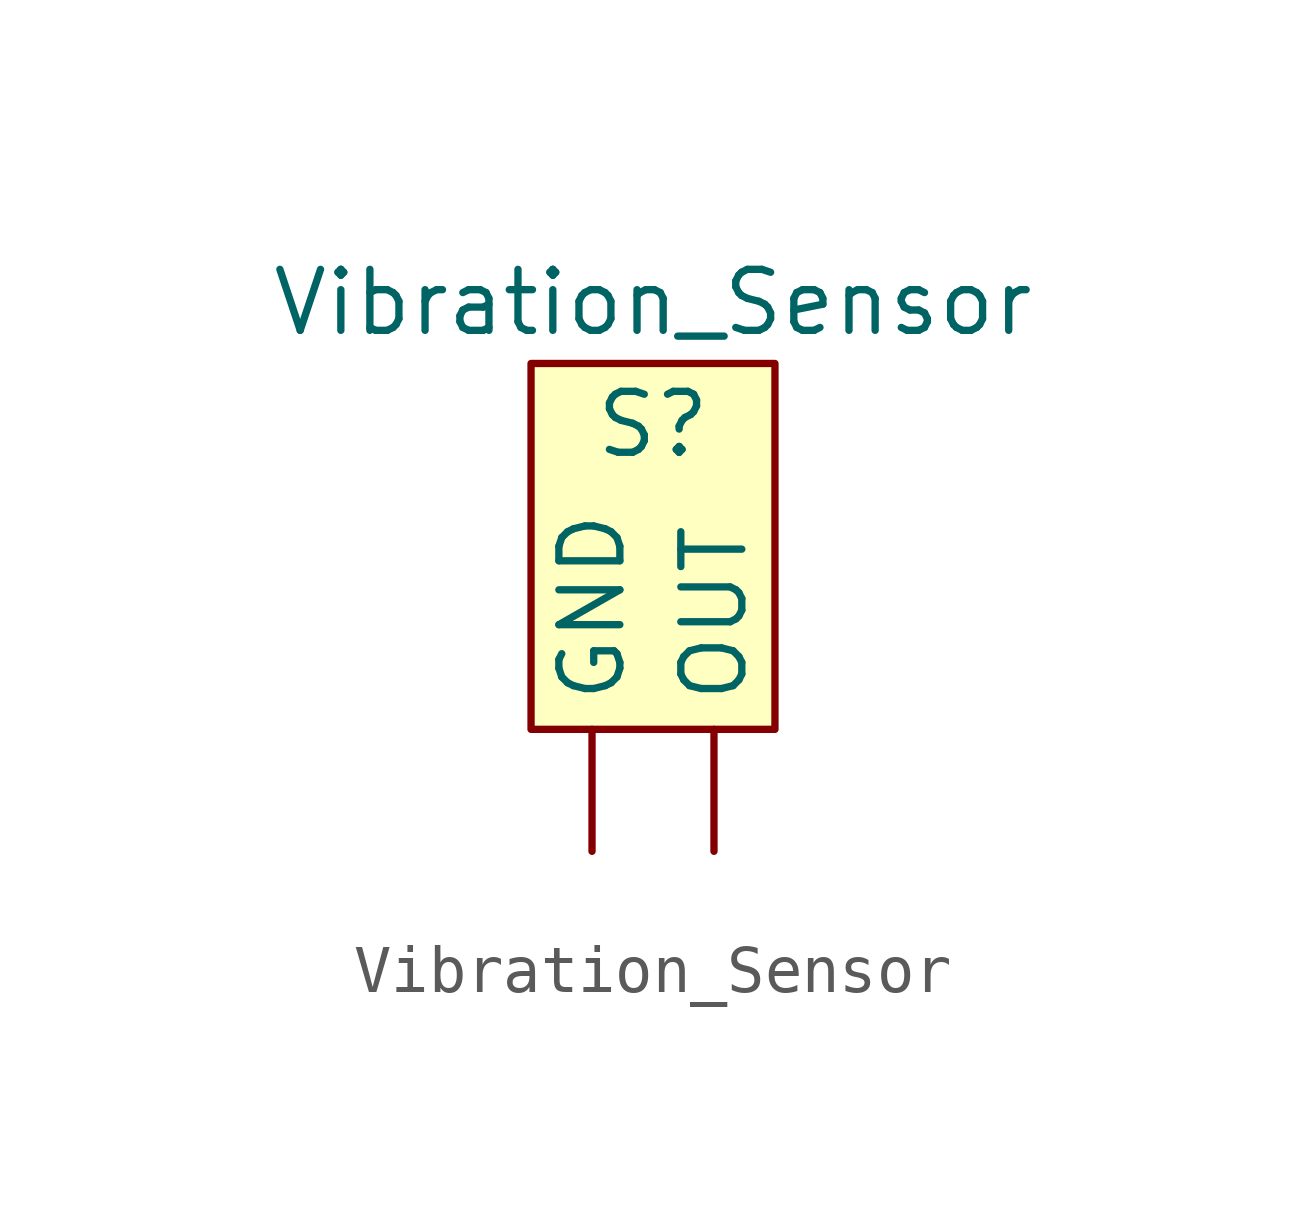
<source format=kicad_sym>
(kicad_symbol_lib
  (version 20211014)
  (generator kicad_symbol_editor)
  (symbol "Vibration_Sensor"
    (property "Reference" "S"
      (at 0 2.54 0)
      (effects (font (size 1.27 1.27))))
    (property "Value" "Vibration_Sensor"
      (at 0 5.08 0)
      (effects (font (size 1.27 1.27))))
    (symbol "Vibration_Sensor_0_1"
      (rectangle (start -2.54 3.81) (end 2.54 -3.81) (stroke (width 0) (type default) (color 0 0 0 0)) (fill (type background))))
    (symbol "Vibration_Sensor_1_1"
      (pin power_in line (at -1.27 -6.35 90) (length 2.54) (name "GND" (effects (font (size 1.27 1.27)))) (number "" (effects (font (size 1.27 1.27)))))
      (pin output line (at 1.27 -6.35 90) (length 2.54) (name "OUT" (effects (font (size 1.27 1.27)))) (number "" (effects (font (size 1.27 1.27))))))))
</source>
